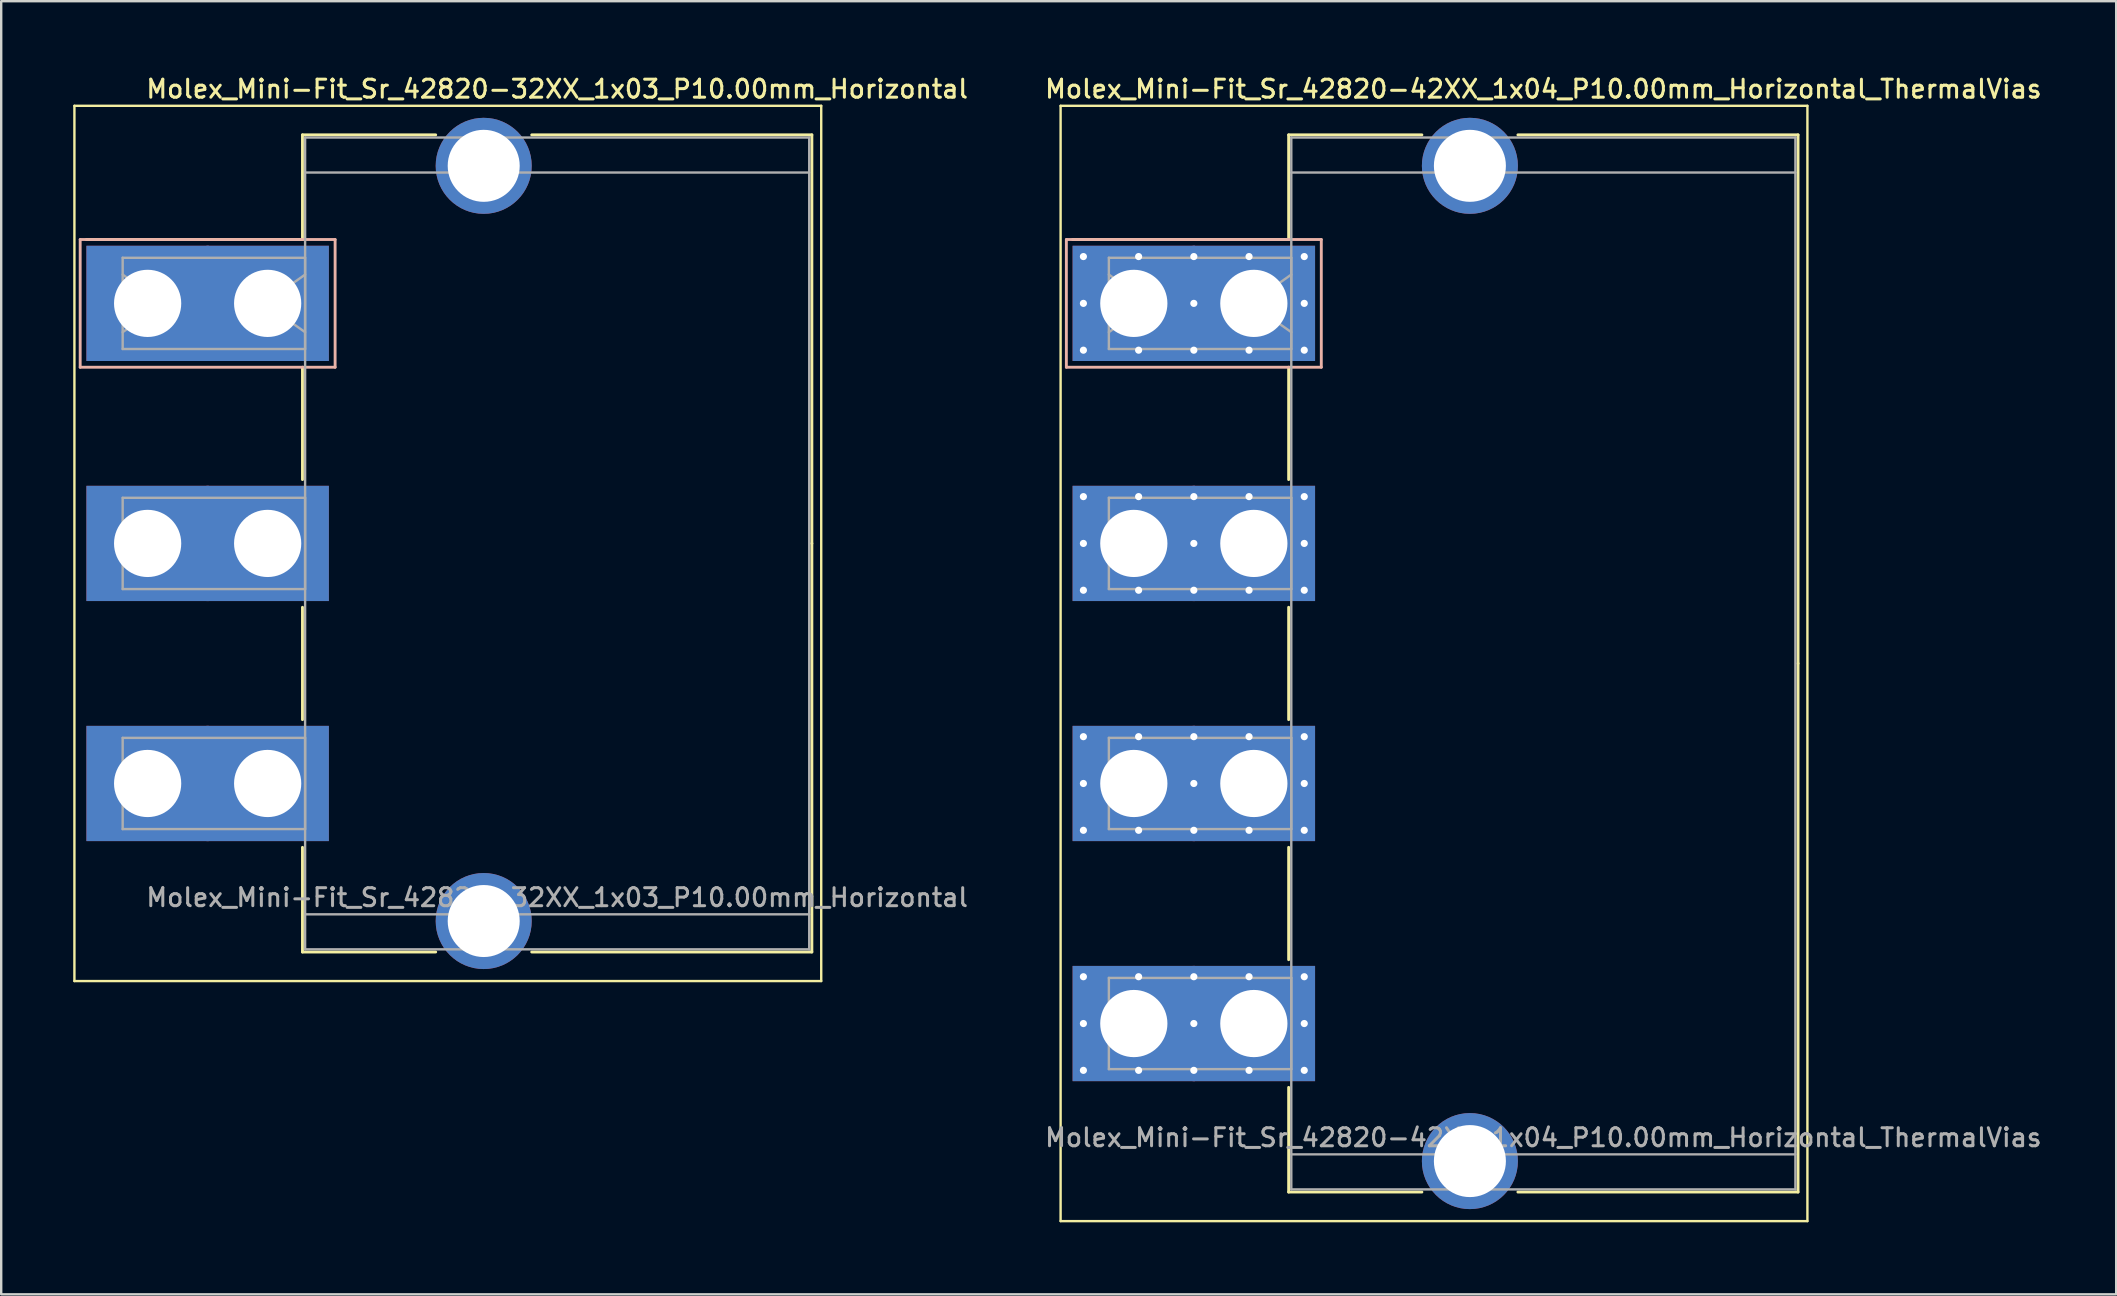
<source format=kicad_pcb>
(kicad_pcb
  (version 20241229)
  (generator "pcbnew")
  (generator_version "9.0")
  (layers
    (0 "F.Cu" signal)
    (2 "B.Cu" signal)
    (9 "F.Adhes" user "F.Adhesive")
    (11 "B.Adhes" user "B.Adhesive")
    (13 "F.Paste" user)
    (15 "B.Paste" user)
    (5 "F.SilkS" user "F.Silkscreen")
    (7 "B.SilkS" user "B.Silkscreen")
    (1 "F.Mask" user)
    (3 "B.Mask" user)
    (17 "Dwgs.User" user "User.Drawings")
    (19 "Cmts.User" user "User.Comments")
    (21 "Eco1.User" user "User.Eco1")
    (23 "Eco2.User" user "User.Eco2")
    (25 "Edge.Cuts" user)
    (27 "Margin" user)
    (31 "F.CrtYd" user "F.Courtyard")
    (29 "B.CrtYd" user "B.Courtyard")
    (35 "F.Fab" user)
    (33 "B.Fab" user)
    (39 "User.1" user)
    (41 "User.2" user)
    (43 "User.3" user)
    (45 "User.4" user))
  (footprint "Molex_Mini-Fit_Sr_42820-42XX_1x04_P10.00mm_Horizontal_ThermalVias"
    (layer "F.Cu")
    (at 44.182 9.588)
    (property "Reference" "Molex_Mini-Fit_Sr_42820-42XX_1x04_P10.00mm_Horizontal_ThermalVias" (at 17.06 -8.93 0) (layer "F.SilkS") (effects (font (size 0.75 0.75) (thickness 0.125))))
    (attr through_hole)
    (fp_line (start -3.05 -8.23) (end -3.05 38.23) (stroke (width 0.1) (type solid)) (layer "F.SilkS"))
    (fp_line (start -3.05 38.23) (end 28.06 38.23) (stroke (width 0.1) (type solid)) (layer "F.SilkS"))
    (fp_line (start 6.45 -7.02) (end 12 -7.02) (stroke (width 0.12) (type solid)) (layer "F.SilkS"))
    (fp_line (start 6.45 -2.66) (end -2.55 -2.66) (stroke (width 0.12) (type solid)) (layer "F.SilkS"))
    (fp_line (start 6.45 -2.66) (end 6.45 -7.02) (stroke (width 0.12) (type solid)) (layer "F.SilkS"))
    (fp_line (start 6.45 2.66) (end 6.45 7.34) (stroke (width 0.12) (type solid)) (layer "F.SilkS"))
    (fp_line (start 6.45 12.66) (end 6.45 17.34) (stroke (width 0.12) (type solid)) (layer "F.SilkS"))
    (fp_line (start 6.45 22.66) (end 6.45 27.34) (stroke (width 0.12) (type solid)) (layer "F.SilkS"))
    (fp_line (start 6.45 32.66) (end 6.45 37.02) (stroke (width 0.12) (type solid)) (layer "F.SilkS"))
    (fp_line (start 6.45 37.02) (end 12 37.02) (stroke (width 0.12) (type solid)) (layer "F.SilkS"))
    (fp_line (start 16 -7.02) (end 27.67 -7.02) (stroke (width 0.12) (type solid)) (layer "F.SilkS"))
    (fp_line (start 16 37.02) (end 27.67 37.02) (stroke (width 0.12) (type solid)) (layer "F.SilkS"))
    (fp_line (start 27.67 -7.02) (end 27.67 15) (stroke (width 0.12) (type solid)) (layer "F.SilkS"))
    (fp_line (start 27.67 37.02) (end 27.67 15) (stroke (width 0.12) (type solid)) (layer "F.SilkS"))
    (fp_line (start 28.06 -8.23) (end -3.05 -8.23) (stroke (width 0.1) (type solid)) (layer "F.SilkS"))
    (fp_line (start 28.06 38.23) (end 28.06 -8.23) (stroke (width 0.1) (type solid)) (layer "F.SilkS"))
    (fp_line (start -2.81 -2.66) (end -2.81 2.66) (stroke (width 0.12) (type solid)) (layer "B.SilkS"))
    (fp_line (start -2.81 2.66) (end 7.81 2.66) (stroke (width 0.12) (type solid)) (layer "B.SilkS"))
    (fp_line (start 7.81 -2.66) (end -2.81 -2.66) (stroke (width 0.12) (type solid)) (layer "B.SilkS"))
    (fp_line (start 7.81 2.66) (end 7.81 -2.66) (stroke (width 0.12) (type solid)) (layer "B.SilkS"))
    (fp_line (start -1.04 -1.9) (end 6.56 -1.9) (stroke (width 0.1) (type solid)) (layer "F.Fab"))
    (fp_line (start -1.04 -1.2) (end 0.657 0) (stroke (width 0.1) (type solid)) (layer "F.Fab"))
    (fp_line (start -1.04 1.9) (end -1.04 -1.9) (stroke (width 0.1) (type solid)) (layer "F.Fab"))
    (fp_line (start -1.04 8.1) (end 6.56 8.1) (stroke (width 0.1) (type solid)) (layer "F.Fab"))
    (fp_line (start -1.04 11.9) (end -1.04 8.1) (stroke (width 0.1) (type solid)) (layer "F.Fab"))
    (fp_line (start -1.04 18.1) (end 6.56 18.1) (stroke (width 0.1) (type solid)) (layer "F.Fab"))
    (fp_line (start -1.04 21.9) (end -1.04 18.1) (stroke (width 0.1) (type solid)) (layer "F.Fab"))
    (fp_line (start -1.04 28.1) (end 6.56 28.1) (stroke (width 0.1) (type solid)) (layer "F.Fab"))
    (fp_line (start -1.04 31.9) (end -1.04 28.1) (stroke (width 0.1) (type solid)) (layer "F.Fab"))
    (fp_line (start 0.657 0) (end -1.04 1.2) (stroke (width 0.1) (type solid)) (layer "F.Fab"))
    (fp_line (start 4.863 0) (end 6.56 1.2) (stroke (width 0.1) (type solid)) (layer "F.Fab"))
    (fp_line (start 6.56 -6.91) (end 6.56 36.91) (stroke (width 0.1) (type solid)) (layer "F.Fab"))
    (fp_line (start 6.56 -5.45) (end 27.56 -5.45) (stroke (width 0.1) (type solid)) (layer "F.Fab"))
    (fp_line (start 6.56 -1.9) (end 6.56 1.9) (stroke (width 0.1) (type solid)) (layer "F.Fab"))
    (fp_line (start 6.56 -1.2) (end 4.863 0) (stroke (width 0.1) (type solid)) (layer "F.Fab"))
    (fp_line (start 6.56 1.9) (end -1.04 1.9) (stroke (width 0.1) (type solid)) (layer "F.Fab"))
    (fp_line (start 6.56 8.1) (end 6.56 11.9) (stroke (width 0.1) (type solid)) (layer "F.Fab"))
    (fp_line (start 6.56 11.9) (end -1.04 11.9) (stroke (width 0.1) (type solid)) (layer "F.Fab"))
    (fp_line (start 6.56 18.1) (end 6.56 21.9) (stroke (width 0.1) (type solid)) (layer "F.Fab"))
    (fp_line (start 6.56 21.9) (end -1.04 21.9) (stroke (width 0.1) (type solid)) (layer "F.Fab"))
    (fp_line (start 6.56 28.1) (end 6.56 31.9) (stroke (width 0.1) (type solid)) (layer "F.Fab"))
    (fp_line (start 6.56 31.9) (end -1.04 31.9) (stroke (width 0.1) (type solid)) (layer "F.Fab"))
    (fp_line (start 6.56 35.45) (end 27.56 35.45) (stroke (width 0.1) (type solid)) (layer "F.Fab"))
    (fp_line (start 6.56 36.91) (end 27.56 36.91) (stroke (width 0.1) (type solid)) (layer "F.Fab"))
    (fp_line (start 27.56 -6.91) (end 6.56 -6.91) (stroke (width 0.1) (type solid)) (layer "F.Fab"))
    (fp_line (start 27.56 36.91) (end 27.56 -6.91) (stroke (width 0.1) (type solid)) (layer "F.Fab"))
    (fp_text user "${REFERENCE}" (at 17.06 34.75 0) (layer "F.Fab") (effects (font (size 0.75 0.75) (thickness 0.125))))
    (pad "" thru_hole circle (at 14 -5.73) (size 4 4) (drill 3) (layers "*.Cu" "*.Mask"))
    (pad "" thru_hole circle (at 14 35.73) (size 4 4) (drill 3) (layers "*.Cu" "*.Mask"))
    (pad "1" thru_hole roundrect (at -2.1 -1.95) (size 0.6 0.6) (drill 0.3) (layers "*.Cu" "*.Mask") (roundrect_rratio 0.25))
    (pad "1" thru_hole roundrect (at -2.1 0) (size 0.6 0.6) (drill 0.3) (layers "*.Cu" "*.Mask") (roundrect_rratio 0.25))
    (pad "1" thru_hole roundrect (at -2.1 1.95) (size 0.6 0.6) (drill 0.3) (layers "*.Cu" "*.Mask") (roundrect_rratio 0.25))
    (pad "1" thru_hole rect (at 0 0) (size 5.1 4.8) (drill 2.8) (layers "*.Cu" "*.Mask"))
    (pad "1" thru_hole roundrect (at 0.2 -1.95) (size 0.6 0.6) (drill 0.3) (layers "*.Cu" "*.Mask") (roundrect_rratio 0.25))
    (pad "1" thru_hole roundrect (at 0.2 1.95) (size 0.6 0.6) (drill 0.3) (layers "*.Cu" "*.Mask") (roundrect_rratio 0.25))
    (pad "1" thru_hole roundrect (at 2.5 -1.95) (size 0.6 0.6) (drill 0.3) (layers "*.Cu" "*.Mask") (roundrect_rratio 0.25))
    (pad "1" thru_hole roundrect (at 2.5 0) (size 0.6 0.6) (drill 0.3) (layers "*.Cu" "*.Mask") (roundrect_rratio 0.25))
    (pad "1" thru_hole roundrect (at 2.5 1.95) (size 0.6 0.6) (drill 0.3) (layers "*.Cu" "*.Mask") (roundrect_rratio 0.25))
    (pad "1" thru_hole roundrect (at 4.8 -1.95) (size 0.6 0.6) (drill 0.3) (layers "*.Cu" "*.Mask") (roundrect_rratio 0.25))
    (pad "1" thru_hole roundrect (at 4.8 1.95) (size 0.6 0.6) (drill 0.3) (layers "*.Cu" "*.Mask") (roundrect_rratio 0.25))
    (pad "1" thru_hole rect (at 5 0) (size 5.1 4.8) (drill 2.8) (layers "*.Cu" "*.Mask"))
    (pad "1" thru_hole roundrect (at 7.1 -1.95) (size 0.6 0.6) (drill 0.3) (layers "*.Cu" "*.Mask") (roundrect_rratio 0.25))
    (pad "1" thru_hole roundrect (at 7.1 0) (size 0.6 0.6) (drill 0.3) (layers "*.Cu" "*.Mask") (roundrect_rratio 0.25))
    (pad "1" thru_hole roundrect (at 7.1 1.95) (size 0.6 0.6) (drill 0.3) (layers "*.Cu" "*.Mask") (roundrect_rratio 0.25))
    (pad "2" thru_hole circle (at -2.1 8.05) (size 0.6 0.6) (drill 0.3) (layers "*.Cu" "*.Mask"))
    (pad "2" thru_hole circle (at -2.1 10) (size 0.6 0.6) (drill 0.3) (layers "*.Cu" "*.Mask"))
    (pad "2" thru_hole circle (at -2.1 11.95) (size 0.6 0.6) (drill 0.3) (layers "*.Cu" "*.Mask"))
    (pad "2" thru_hole rect (at 0 10) (size 5.1 4.8) (drill 2.8) (layers "*.Cu" "*.Mask"))
    (pad "2" thru_hole circle (at 0.2 8.05) (size 0.6 0.6) (drill 0.3) (layers "*.Cu" "*.Mask"))
    (pad "2" thru_hole circle (at 0.2 11.95) (size 0.6 0.6) (drill 0.3) (layers "*.Cu" "*.Mask"))
    (pad "2" thru_hole circle (at 2.5 8.05) (size 0.6 0.6) (drill 0.3) (layers "*.Cu" "*.Mask"))
    (pad "2" thru_hole circle (at 2.5 10) (size 0.6 0.6) (drill 0.3) (layers "*.Cu" "*.Mask"))
    (pad "2" thru_hole circle (at 2.5 11.95) (size 0.6 0.6) (drill 0.3) (layers "*.Cu" "*.Mask"))
    (pad "2" thru_hole circle (at 4.8 8.05) (size 0.6 0.6) (drill 0.3) (layers "*.Cu" "*.Mask"))
    (pad "2" thru_hole circle (at 4.8 11.95) (size 0.6 0.6) (drill 0.3) (layers "*.Cu" "*.Mask"))
    (pad "2" thru_hole rect (at 5 10) (size 5.1 4.8) (drill 2.8) (layers "*.Cu" "*.Mask"))
    (pad "2" thru_hole circle (at 7.1 8.05) (size 0.6 0.6) (drill 0.3) (layers "*.Cu" "*.Mask"))
    (pad "2" thru_hole circle (at 7.1 10) (size 0.6 0.6) (drill 0.3) (layers "*.Cu" "*.Mask"))
    (pad "2" thru_hole circle (at 7.1 11.95) (size 0.6 0.6) (drill 0.3) (layers "*.Cu" "*.Mask"))
    (pad "3" thru_hole circle (at -2.1 18.05) (size 0.6 0.6) (drill 0.3) (layers "*.Cu" "*.Mask"))
    (pad "3" thru_hole circle (at -2.1 20) (size 0.6 0.6) (drill 0.3) (layers "*.Cu" "*.Mask"))
    (pad "3" thru_hole circle (at -2.1 21.95) (size 0.6 0.6) (drill 0.3) (layers "*.Cu" "*.Mask"))
    (pad "3" thru_hole rect (at 0 20) (size 5.1 4.8) (drill 2.8) (layers "*.Cu" "*.Mask"))
    (pad "3" thru_hole circle (at 0.2 18.05) (size 0.6 0.6) (drill 0.3) (layers "*.Cu" "*.Mask"))
    (pad "3" thru_hole circle (at 0.2 21.95) (size 0.6 0.6) (drill 0.3) (layers "*.Cu" "*.Mask"))
    (pad "3" thru_hole circle (at 2.5 18.05) (size 0.6 0.6) (drill 0.3) (layers "*.Cu" "*.Mask"))
    (pad "3" thru_hole circle (at 2.5 20) (size 0.6 0.6) (drill 0.3) (layers "*.Cu" "*.Mask"))
    (pad "3" thru_hole circle (at 2.5 21.95) (size 0.6 0.6) (drill 0.3) (layers "*.Cu" "*.Mask"))
    (pad "3" thru_hole circle (at 4.8 18.05) (size 0.6 0.6) (drill 0.3) (layers "*.Cu" "*.Mask"))
    (pad "3" thru_hole circle (at 4.8 21.95) (size 0.6 0.6) (drill 0.3) (layers "*.Cu" "*.Mask"))
    (pad "3" thru_hole rect (at 5 20) (size 5.1 4.8) (drill 2.8) (layers "*.Cu" "*.Mask"))
    (pad "3" thru_hole circle (at 7.1 18.05) (size 0.6 0.6) (drill 0.3) (layers "*.Cu" "*.Mask"))
    (pad "3" thru_hole circle (at 7.1 20) (size 0.6 0.6) (drill 0.3) (layers "*.Cu" "*.Mask"))
    (pad "3" thru_hole circle (at 7.1 21.95) (size 0.6 0.6) (drill 0.3) (layers "*.Cu" "*.Mask"))
    (pad "4" thru_hole circle (at -2.1 28.05) (size 0.6 0.6) (drill 0.3) (layers "*.Cu" "*.Mask"))
    (pad "4" thru_hole circle (at -2.1 30) (size 0.6 0.6) (drill 0.3) (layers "*.Cu" "*.Mask"))
    (pad "4" thru_hole circle (at -2.1 31.95) (size 0.6 0.6) (drill 0.3) (layers "*.Cu" "*.Mask"))
    (pad "4" thru_hole rect (at 0 30) (size 5.1 4.8) (drill 2.8) (layers "*.Cu" "*.Mask"))
    (pad "4" thru_hole circle (at 0.2 28.05) (size 0.6 0.6) (drill 0.3) (layers "*.Cu" "*.Mask"))
    (pad "4" thru_hole circle (at 0.2 31.95) (size 0.6 0.6) (drill 0.3) (layers "*.Cu" "*.Mask"))
    (pad "4" thru_hole circle (at 2.5 28.05) (size 0.6 0.6) (drill 0.3) (layers "*.Cu" "*.Mask"))
    (pad "4" thru_hole circle (at 2.5 30) (size 0.6 0.6) (drill 0.3) (layers "*.Cu" "*.Mask"))
    (pad "4" thru_hole circle (at 2.5 31.95) (size 0.6 0.6) (drill 0.3) (layers "*.Cu" "*.Mask"))
    (pad "4" thru_hole circle (at 4.8 28.05) (size 0.6 0.6) (drill 0.3) (layers "*.Cu" "*.Mask"))
    (pad "4" thru_hole circle (at 4.8 31.95) (size 0.6 0.6) (drill 0.3) (layers "*.Cu" "*.Mask"))
    (pad "4" thru_hole rect (at 5 30) (size 5.1 4.8) (drill 2.8) (layers "*.Cu" "*.Mask"))
    (pad "4" thru_hole circle (at 7.1 28.05) (size 0.6 0.6) (drill 0.3) (layers "*.Cu" "*.Mask"))
    (pad "4" thru_hole circle (at 7.1 30) (size 0.6 0.6) (drill 0.3) (layers "*.Cu" "*.Mask"))
    (pad "4" thru_hole circle (at 7.1 31.95) (size 0.6 0.6) (drill 0.3) (layers "*.Cu" "*.Mask")))
  (footprint "Molex_Mini-Fit_Sr_42820-32XX_1x03_P10.00mm_Horizontal"
    (layer "F.Cu")
    (at 3.1 9.588)
    (property "Reference" "Molex_Mini-Fit_Sr_42820-32XX_1x03_P10.00mm_Horizontal" (at 17.06 -8.93 0) (layer "F.SilkS") (effects (font (size 0.75 0.75) (thickness 0.125))))
    (attr through_hole)
    (fp_line (start -3.05 -8.23) (end -3.05 28.23) (stroke (width 0.1) (type solid)) (layer "F.SilkS"))
    (fp_line (start -3.05 28.23) (end 28.06 28.23) (stroke (width 0.1) (type solid)) (layer "F.SilkS"))
    (fp_line (start 6.45 -7.02) (end 12 -7.02) (stroke (width 0.12) (type solid)) (layer "F.SilkS"))
    (fp_line (start 6.45 -2.66) (end -2.55 -2.66) (stroke (width 0.12) (type solid)) (layer "F.SilkS"))
    (fp_line (start 6.45 -2.66) (end 6.45 -7.02) (stroke (width 0.12) (type solid)) (layer "F.SilkS"))
    (fp_line (start 6.45 2.66) (end 6.45 7.34) (stroke (width 0.12) (type solid)) (layer "F.SilkS"))
    (fp_line (start 6.45 12.66) (end 6.45 17.34) (stroke (width 0.12) (type solid)) (layer "F.SilkS"))
    (fp_line (start 6.45 22.66) (end 6.45 27.02) (stroke (width 0.12) (type solid)) (layer "F.SilkS"))
    (fp_line (start 6.45 27.02) (end 12 27.02) (stroke (width 0.12) (type solid)) (layer "F.SilkS"))
    (fp_line (start 16 -7.02) (end 27.67 -7.02) (stroke (width 0.12) (type solid)) (layer "F.SilkS"))
    (fp_line (start 16 27.02) (end 27.67 27.02) (stroke (width 0.12) (type solid)) (layer "F.SilkS"))
    (fp_line (start 27.67 -7.02) (end 27.67 10) (stroke (width 0.12) (type solid)) (layer "F.SilkS"))
    (fp_line (start 27.67 27.02) (end 27.67 10) (stroke (width 0.12) (type solid)) (layer "F.SilkS"))
    (fp_line (start 28.06 -8.23) (end -3.05 -8.23) (stroke (width 0.1) (type solid)) (layer "F.SilkS"))
    (fp_line (start 28.06 28.23) (end 28.06 -8.23) (stroke (width 0.1) (type solid)) (layer "F.SilkS"))
    (fp_line (start -2.81 -2.66) (end -2.81 2.66) (stroke (width 0.12) (type solid)) (layer "B.SilkS"))
    (fp_line (start -2.81 2.66) (end 7.81 2.66) (stroke (width 0.12) (type solid)) (layer "B.SilkS"))
    (fp_line (start 7.81 -2.66) (end -2.81 -2.66) (stroke (width 0.12) (type solid)) (layer "B.SilkS"))
    (fp_line (start 7.81 2.66) (end 7.81 -2.66) (stroke (width 0.12) (type solid)) (layer "B.SilkS"))
    (fp_line (start -1.04 -1.9) (end 6.56 -1.9) (stroke (width 0.1) (type solid)) (layer "F.Fab"))
    (fp_line (start -1.04 -1.2) (end 0.657 0) (stroke (width 0.1) (type solid)) (layer "F.Fab"))
    (fp_line (start -1.04 1.9) (end -1.04 -1.9) (stroke (width 0.1) (type solid)) (layer "F.Fab"))
    (fp_line (start -1.04 8.1) (end 6.56 8.1) (stroke (width 0.1) (type solid)) (layer "F.Fab"))
    (fp_line (start -1.04 11.9) (end -1.04 8.1) (stroke (width 0.1) (type solid)) (layer "F.Fab"))
    (fp_line (start -1.04 18.1) (end 6.56 18.1) (stroke (width 0.1) (type solid)) (layer "F.Fab"))
    (fp_line (start -1.04 21.9) (end -1.04 18.1) (stroke (width 0.1) (type solid)) (layer "F.Fab"))
    (fp_line (start 0.657 0) (end -1.04 1.2) (stroke (width 0.1) (type solid)) (layer "F.Fab"))
    (fp_line (start 4.863 0) (end 6.56 1.2) (stroke (width 0.1) (type solid)) (layer "F.Fab"))
    (fp_line (start 6.56 -6.91) (end 6.56 26.91) (stroke (width 0.1) (type solid)) (layer "F.Fab"))
    (fp_line (start 6.56 -5.45) (end 27.56 -5.45) (stroke (width 0.1) (type solid)) (layer "F.Fab"))
    (fp_line (start 6.56 -1.9) (end 6.56 1.9) (stroke (width 0.1) (type solid)) (layer "F.Fab"))
    (fp_line (start 6.56 -1.2) (end 4.863 0) (stroke (width 0.1) (type solid)) (layer "F.Fab"))
    (fp_line (start 6.56 1.9) (end -1.04 1.9) (stroke (width 0.1) (type solid)) (layer "F.Fab"))
    (fp_line (start 6.56 8.1) (end 6.56 11.9) (stroke (width 0.1) (type solid)) (layer "F.Fab"))
    (fp_line (start 6.56 11.9) (end -1.04 11.9) (stroke (width 0.1) (type solid)) (layer "F.Fab"))
    (fp_line (start 6.56 18.1) (end 6.56 21.9) (stroke (width 0.1) (type solid)) (layer "F.Fab"))
    (fp_line (start 6.56 21.9) (end -1.04 21.9) (stroke (width 0.1) (type solid)) (layer "F.Fab"))
    (fp_line (start 6.56 25.45) (end 27.56 25.45) (stroke (width 0.1) (type solid)) (layer "F.Fab"))
    (fp_line (start 6.56 26.91) (end 27.56 26.91) (stroke (width 0.1) (type solid)) (layer "F.Fab"))
    (fp_line (start 27.56 -6.91) (end 6.56 -6.91) (stroke (width 0.1) (type solid)) (layer "F.Fab"))
    (fp_line (start 27.56 26.91) (end 27.56 -6.91) (stroke (width 0.1) (type solid)) (layer "F.Fab"))
    (fp_text user "${REFERENCE}" (at 17.06 24.75 0) (layer "F.Fab") (effects (font (size 0.75 0.75) (thickness 0.125))))
    (pad "" thru_hole circle (at 14 -5.73) (size 4 4) (drill 3) (layers "*.Cu" "*.Mask"))
    (pad "" thru_hole circle (at 14 25.73) (size 4 4) (drill 3) (layers "*.Cu" "*.Mask"))
    (pad "1" thru_hole rect (at 0 0) (size 5.1 4.8) (drill 2.8) (layers "*.Cu" "*.Mask"))
    (pad "1" thru_hole rect (at 5 0) (size 5.1 4.8) (drill 2.8) (layers "*.Cu" "*.Mask"))
    (pad "2" thru_hole rect (at 0 10) (size 5.1 4.8) (drill 2.8) (layers "*.Cu" "*.Mask"))
    (pad "2" thru_hole rect (at 5 10) (size 5.1 4.8) (drill 2.8) (layers "*.Cu" "*.Mask"))
    (pad "3" thru_hole rect (at 0 20) (size 5.1 4.8) (drill 2.8) (layers "*.Cu" "*.Mask"))
    (pad "3" thru_hole rect (at 5 20) (size 5.1 4.8) (drill 2.8) (layers "*.Cu" "*.Mask")))
  (gr_rect
    (start -3 -3)
    (end 85.105 50.868)
    (stroke (width 0.1) (type default))
    (fill no)
    (layer "Edge.Cuts")))
</source>
